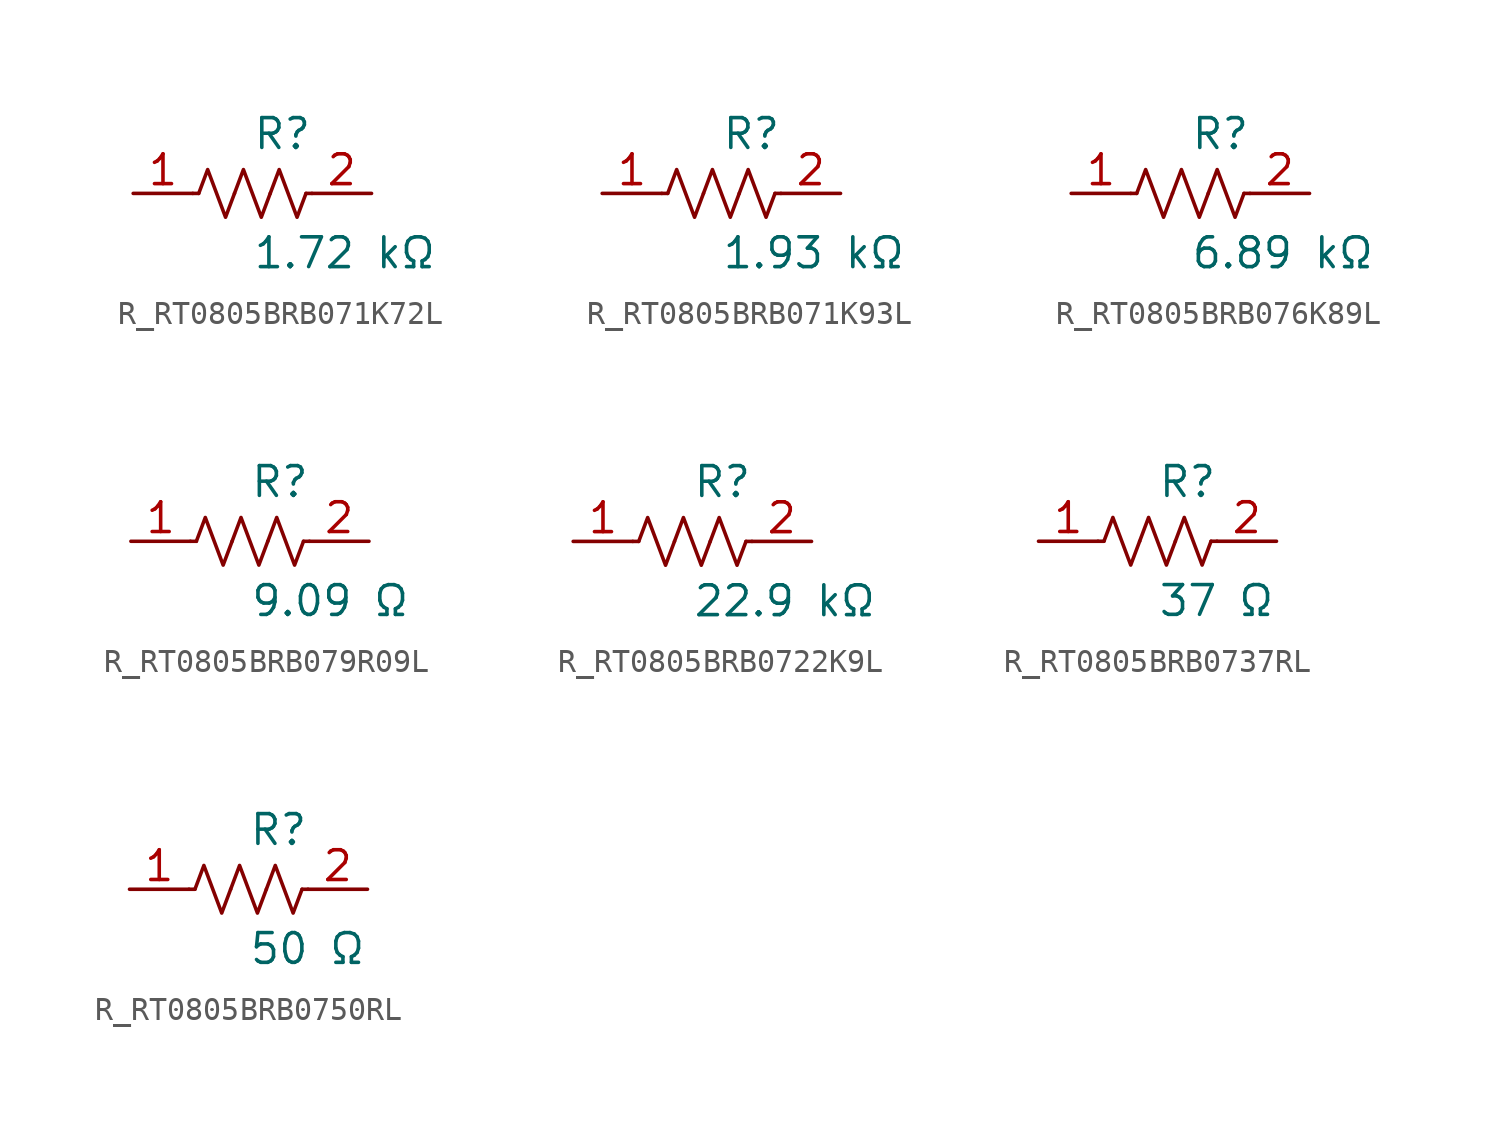
<source format=kicad_sym>
(kicad_symbol_lib
  (version 20231120)
  (generator kicad_symbol_editor)
  (generator_version 8.0)
  (symbol "R_RT0805BRB071K72L"
    (pin_names
      (offset 0.254))
    (property "Reference" "R"
      (at 0 2.54 0)
      (effects (font (size 1.27 1.27)) (justify left)))
    (property "Value" "1.72 kΩ"
      (at 0 -2.54 0)
      (effects (font (size 1.27 1.27)) (justify left)))
    (symbol "R_RT0805BRB071K72L_0_1"
      (polyline (pts (xy 2.286 0) (xy 2.54 0)) (stroke (width 0) (type default)) (fill (type none)))
      (polyline (pts (xy -2.286 0) (xy -2.54 0)) (stroke (width 0) (type default)) (fill (type none)))
      (polyline (pts (xy 0.762 0) (xy 1.143 1.016) (xy 1.524 0) (xy 1.905 -1.016) (xy 2.286 0)) (stroke (width 0) (type default)) (fill (type none)))
      (polyline (pts (xy -0.762 0) (xy -0.381 1.016) (xy 0 0) (xy 0.381 -1.016) (xy 0.762 0)) (stroke (width 0) (type default)) (fill (type none)))
      (polyline (pts (xy -2.286 0) (xy -1.905 1.016) (xy -1.524 0) (xy -1.143 -1.016) (xy -0.762 0)) (stroke (width 0) (type default)) (fill (type none))))
    (pin unspecified line
      (at -5.08 0 0)
      (length 2.54)
      (name "" (effects (font (size 1.27 1.27))))
      (number "1" (effects (font (size 1.27 1.27)))))
    (pin unspecified line
      (at 5.08 0 180)
      (length 2.54)
      (name "" (effects (font (size 1.27 1.27))))
      (number "2" (effects (font (size 1.27 1.27))))))
  (symbol "R_RT0805BRB071K93L"
    (pin_names
      (offset 0.254))
    (property "Reference" "R"
      (at 0 2.54 0)
      (effects (font (size 1.27 1.27)) (justify left)))
    (property "Value" "1.93 kΩ"
      (at 0 -2.54 0)
      (effects (font (size 1.27 1.27)) (justify left)))
    (symbol "R_RT0805BRB071K93L_0_1"
      (polyline (pts (xy 2.286 0) (xy 2.54 0)) (stroke (width 0) (type default)) (fill (type none)))
      (polyline (pts (xy -2.286 0) (xy -2.54 0)) (stroke (width 0) (type default)) (fill (type none)))
      (polyline (pts (xy 0.762 0) (xy 1.143 1.016) (xy 1.524 0) (xy 1.905 -1.016) (xy 2.286 0)) (stroke (width 0) (type default)) (fill (type none)))
      (polyline (pts (xy -0.762 0) (xy -0.381 1.016) (xy 0 0) (xy 0.381 -1.016) (xy 0.762 0)) (stroke (width 0) (type default)) (fill (type none)))
      (polyline (pts (xy -2.286 0) (xy -1.905 1.016) (xy -1.524 0) (xy -1.143 -1.016) (xy -0.762 0)) (stroke (width 0) (type default)) (fill (type none))))
    (pin unspecified line
      (at -5.08 0 0)
      (length 2.54)
      (name "" (effects (font (size 1.27 1.27))))
      (number "1" (effects (font (size 1.27 1.27)))))
    (pin unspecified line
      (at 5.08 0 180)
      (length 2.54)
      (name "" (effects (font (size 1.27 1.27))))
      (number "2" (effects (font (size 1.27 1.27))))))
  (symbol "R_RT0805BRB076K89L"
    (pin_names
      (offset 0.254))
    (property "Reference" "R"
      (at 0 2.54 0)
      (effects (font (size 1.27 1.27)) (justify left)))
    (property "Value" "6.89 kΩ"
      (at 0 -2.54 0)
      (effects (font (size 1.27 1.27)) (justify left)))
    (symbol "R_RT0805BRB076K89L_0_1"
      (polyline (pts (xy 2.286 0) (xy 2.54 0)) (stroke (width 0) (type default)) (fill (type none)))
      (polyline (pts (xy -2.286 0) (xy -2.54 0)) (stroke (width 0) (type default)) (fill (type none)))
      (polyline (pts (xy 0.762 0) (xy 1.143 1.016) (xy 1.524 0) (xy 1.905 -1.016) (xy 2.286 0)) (stroke (width 0) (type default)) (fill (type none)))
      (polyline (pts (xy -0.762 0) (xy -0.381 1.016) (xy 0 0) (xy 0.381 -1.016) (xy 0.762 0)) (stroke (width 0) (type default)) (fill (type none)))
      (polyline (pts (xy -2.286 0) (xy -1.905 1.016) (xy -1.524 0) (xy -1.143 -1.016) (xy -0.762 0)) (stroke (width 0) (type default)) (fill (type none))))
    (pin unspecified line
      (at -5.08 0 0)
      (length 2.54)
      (name "" (effects (font (size 1.27 1.27))))
      (number "1" (effects (font (size 1.27 1.27)))))
    (pin unspecified line
      (at 5.08 0 180)
      (length 2.54)
      (name "" (effects (font (size 1.27 1.27))))
      (number "2" (effects (font (size 1.27 1.27))))))
  (symbol "R_RT0805BRB079R09L"
    (pin_names
      (offset 0.254))
    (property "Reference" "R"
      (at 0 2.54 0)
      (effects (font (size 1.27 1.27)) (justify left)))
    (property "Value" "9.09 Ω"
      (at 0 -2.54 0)
      (effects (font (size 1.27 1.27)) (justify left)))
    (symbol "R_RT0805BRB079R09L_0_1"
      (polyline (pts (xy 2.286 0) (xy 2.54 0)) (stroke (width 0) (type default)) (fill (type none)))
      (polyline (pts (xy -2.286 0) (xy -2.54 0)) (stroke (width 0) (type default)) (fill (type none)))
      (polyline (pts (xy 0.762 0) (xy 1.143 1.016) (xy 1.524 0) (xy 1.905 -1.016) (xy 2.286 0)) (stroke (width 0) (type default)) (fill (type none)))
      (polyline (pts (xy -0.762 0) (xy -0.381 1.016) (xy 0 0) (xy 0.381 -1.016) (xy 0.762 0)) (stroke (width 0) (type default)) (fill (type none)))
      (polyline (pts (xy -2.286 0) (xy -1.905 1.016) (xy -1.524 0) (xy -1.143 -1.016) (xy -0.762 0)) (stroke (width 0) (type default)) (fill (type none))))
    (pin unspecified line
      (at -5.08 0 0)
      (length 2.54)
      (name "" (effects (font (size 1.27 1.27))))
      (number "1" (effects (font (size 1.27 1.27)))))
    (pin unspecified line
      (at 5.08 0 180)
      (length 2.54)
      (name "" (effects (font (size 1.27 1.27))))
      (number "2" (effects (font (size 1.27 1.27))))))
  (symbol "R_RT0805BRB0722K9L"
    (pin_names
      (offset 0.254))
    (property "Reference" "R"
      (at 0 2.54 0)
      (effects (font (size 1.27 1.27)) (justify left)))
    (property "Value" "22.9 kΩ"
      (at 0 -2.54 0)
      (effects (font (size 1.27 1.27)) (justify left)))
    (symbol "R_RT0805BRB0722K9L_0_1"
      (polyline (pts (xy 2.286 0) (xy 2.54 0)) (stroke (width 0) (type default)) (fill (type none)))
      (polyline (pts (xy -2.286 0) (xy -2.54 0)) (stroke (width 0) (type default)) (fill (type none)))
      (polyline (pts (xy 0.762 0) (xy 1.143 1.016) (xy 1.524 0) (xy 1.905 -1.016) (xy 2.286 0)) (stroke (width 0) (type default)) (fill (type none)))
      (polyline (pts (xy -0.762 0) (xy -0.381 1.016) (xy 0 0) (xy 0.381 -1.016) (xy 0.762 0)) (stroke (width 0) (type default)) (fill (type none)))
      (polyline (pts (xy -2.286 0) (xy -1.905 1.016) (xy -1.524 0) (xy -1.143 -1.016) (xy -0.762 0)) (stroke (width 0) (type default)) (fill (type none))))
    (pin unspecified line
      (at -5.08 0 0)
      (length 2.54)
      (name "" (effects (font (size 1.27 1.27))))
      (number "1" (effects (font (size 1.27 1.27)))))
    (pin unspecified line
      (at 5.08 0 180)
      (length 2.54)
      (name "" (effects (font (size 1.27 1.27))))
      (number "2" (effects (font (size 1.27 1.27))))))
  (symbol "R_RT0805BRB0737RL"
    (pin_names
      (offset 0.254))
    (property "Reference" "R"
      (at 0 2.54 0)
      (effects (font (size 1.27 1.27)) (justify left)))
    (property "Value" "37 Ω"
      (at 0 -2.54 0)
      (effects (font (size 1.27 1.27)) (justify left)))
    (symbol "R_RT0805BRB0737RL_0_1"
      (polyline (pts (xy 2.286 0) (xy 2.54 0)) (stroke (width 0) (type default)) (fill (type none)))
      (polyline (pts (xy -2.286 0) (xy -2.54 0)) (stroke (width 0) (type default)) (fill (type none)))
      (polyline (pts (xy 0.762 0) (xy 1.143 1.016) (xy 1.524 0) (xy 1.905 -1.016) (xy 2.286 0)) (stroke (width 0) (type default)) (fill (type none)))
      (polyline (pts (xy -0.762 0) (xy -0.381 1.016) (xy 0 0) (xy 0.381 -1.016) (xy 0.762 0)) (stroke (width 0) (type default)) (fill (type none)))
      (polyline (pts (xy -2.286 0) (xy -1.905 1.016) (xy -1.524 0) (xy -1.143 -1.016) (xy -0.762 0)) (stroke (width 0) (type default)) (fill (type none))))
    (pin unspecified line
      (at -5.08 0 0)
      (length 2.54)
      (name "" (effects (font (size 1.27 1.27))))
      (number "1" (effects (font (size 1.27 1.27)))))
    (pin unspecified line
      (at 5.08 0 180)
      (length 2.54)
      (name "" (effects (font (size 1.27 1.27))))
      (number "2" (effects (font (size 1.27 1.27))))))
  (symbol "R_RT0805BRB0750RL"
    (pin_names
      (offset 0.254))
    (property "Reference" "R"
      (at 0 2.54 0)
      (effects (font (size 1.27 1.27)) (justify left)))
    (property "Value" "50 Ω"
      (at 0 -2.54 0)
      (effects (font (size 1.27 1.27)) (justify left)))
    (symbol "R_RT0805BRB0750RL_0_1"
      (polyline (pts (xy 2.286 0) (xy 2.54 0)) (stroke (width 0) (type default)) (fill (type none)))
      (polyline (pts (xy -2.286 0) (xy -2.54 0)) (stroke (width 0) (type default)) (fill (type none)))
      (polyline (pts (xy 0.762 0) (xy 1.143 1.016) (xy 1.524 0) (xy 1.905 -1.016) (xy 2.286 0)) (stroke (width 0) (type default)) (fill (type none)))
      (polyline (pts (xy -0.762 0) (xy -0.381 1.016) (xy 0 0) (xy 0.381 -1.016) (xy 0.762 0)) (stroke (width 0) (type default)) (fill (type none)))
      (polyline (pts (xy -2.286 0) (xy -1.905 1.016) (xy -1.524 0) (xy -1.143 -1.016) (xy -0.762 0)) (stroke (width 0) (type default)) (fill (type none))))
    (pin unspecified line
      (at -5.08 0 0)
      (length 2.54)
      (name "" (effects (font (size 1.27 1.27))))
      (number "1" (effects (font (size 1.27 1.27)))))
    (pin unspecified line
      (at 5.08 0 180)
      (length 2.54)
      (name "" (effects (font (size 1.27 1.27))))
      (number "2" (effects (font (size 1.27 1.27)))))))
</source>
